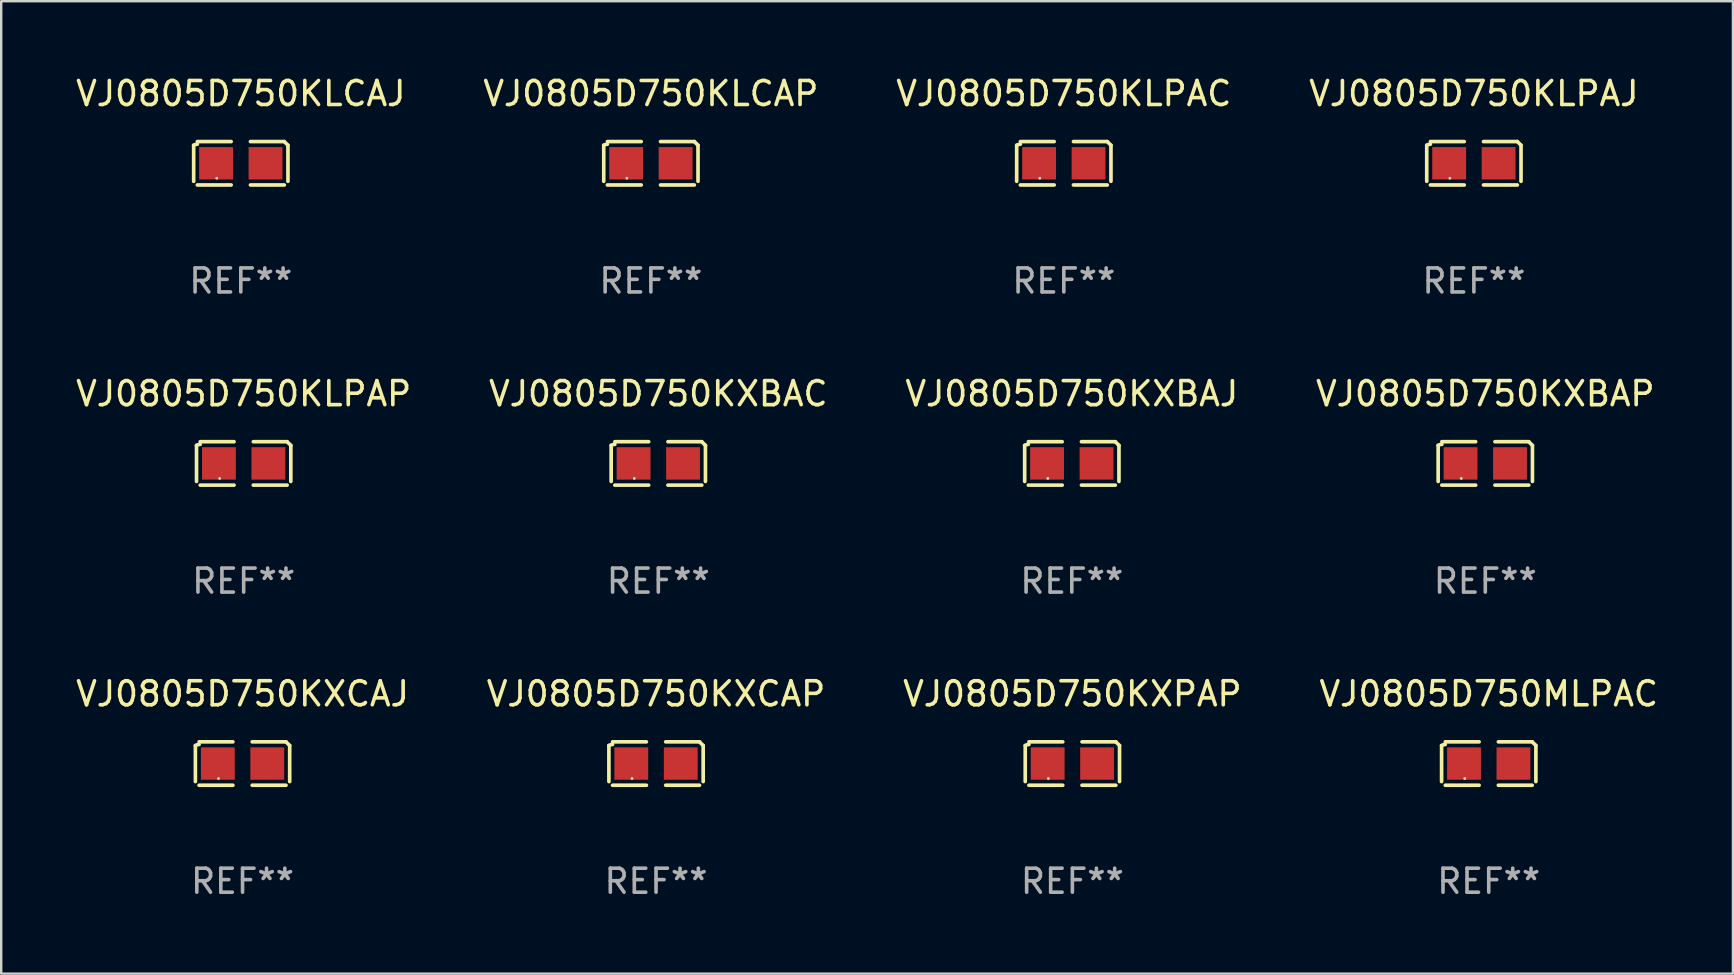
<source format=kicad_pcb>
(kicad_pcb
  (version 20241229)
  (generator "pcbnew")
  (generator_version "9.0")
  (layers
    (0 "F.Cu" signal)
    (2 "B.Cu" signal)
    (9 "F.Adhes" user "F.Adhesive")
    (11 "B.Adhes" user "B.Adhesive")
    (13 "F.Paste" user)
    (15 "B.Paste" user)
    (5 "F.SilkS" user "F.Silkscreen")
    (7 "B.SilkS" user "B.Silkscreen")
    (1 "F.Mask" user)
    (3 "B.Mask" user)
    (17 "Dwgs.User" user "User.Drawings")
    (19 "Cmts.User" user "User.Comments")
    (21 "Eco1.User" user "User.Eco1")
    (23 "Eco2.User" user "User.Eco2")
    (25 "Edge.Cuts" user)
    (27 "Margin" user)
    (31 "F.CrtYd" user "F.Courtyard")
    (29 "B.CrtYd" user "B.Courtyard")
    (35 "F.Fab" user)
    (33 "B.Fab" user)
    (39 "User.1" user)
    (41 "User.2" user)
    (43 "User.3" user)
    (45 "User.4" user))
  (footprint "VJ0805D750KXCAP"
    (layer "F.Cu")
    (at 24.28 28.759)
    (property "Reference" "VJ0805D750KXCAP" (at 0 -2.904 0) (layer "F.SilkS") (effects (font (size 1 1) (thickness 0.15))))
    (attr through_hole)
    (fp_line (start -1.964 0.751) (end -1.964 -0.751) (stroke (width 0.152) (type solid)) (layer "F.SilkS"))
    (fp_line (start -1.811 -0.904) (end -0.401 -0.904) (stroke (width 0.152) (type solid)) (layer "F.SilkS"))
    (fp_line (start -0.401 0.904) (end -1.811 0.904) (stroke (width 0.152) (type solid)) (layer "F.SilkS"))
    (fp_line (start 0.401 0.904) (end 1.811 0.904) (stroke (width 0.152) (type solid)) (layer "F.SilkS"))
    (fp_line (start 1.811 -0.904) (end 0.401 -0.904) (stroke (width 0.152) (type solid)) (layer "F.SilkS"))
    (fp_line (start 1.964 0.751) (end 1.964 -0.751) (stroke (width 0.152) (type solid)) (layer "F.SilkS"))
    (fp_arc (start -1.963602 -0.751207) (mid -1.890354 -0.783131) (end -1.811201 -0.794044) (stroke (width 0.1524) (type solid)) (layer "F.SilkS"))
    (fp_arc (start 1.811202 -0.903607) (mid 1.887413 -0.827418) (end 1.963602 -0.751207) (stroke (width 0.1524) (type solid)) (layer "F.SilkS"))
    (fp_circle (center -1 0.625) (end -0.97 0.625) (stroke (width 0.06) (type solid)) (fill no) (layer "F.SilkS"))
    (fp_text user "REF**" (at 0 4.904 0) (layer "F.Fab") (effects (font (size 1 1) (thickness 0.15))))
    (pad "1" smd rect (at -1.03 0) (size 1.41 1.35) (layers "F.Cu" "F.Mask" "F.Paste"))
    (pad "2" smd rect (at 1.03 0) (size 1.41 1.35) (layers "F.Cu" "F.Mask" "F.Paste")))
  (footprint "VJ0805D750KLCAP"
    (layer "F.Cu")
    (at 24.065 3.752)
    (property "Reference" "VJ0805D750KLCAP" (at 0 -2.904 0) (layer "F.SilkS") (effects (font (size 1 1) (thickness 0.15))))
    (attr through_hole)
    (fp_line (start -1.964 0.751) (end -1.964 -0.751) (stroke (width 0.152) (type solid)) (layer "F.SilkS"))
    (fp_line (start -1.811 -0.904) (end -0.401 -0.904) (stroke (width 0.152) (type solid)) (layer "F.SilkS"))
    (fp_line (start -0.401 0.904) (end -1.811 0.904) (stroke (width 0.152) (type solid)) (layer "F.SilkS"))
    (fp_line (start 0.401 0.904) (end 1.811 0.904) (stroke (width 0.152) (type solid)) (layer "F.SilkS"))
    (fp_line (start 1.811 -0.904) (end 0.401 -0.904) (stroke (width 0.152) (type solid)) (layer "F.SilkS"))
    (fp_line (start 1.964 0.751) (end 1.964 -0.751) (stroke (width 0.152) (type solid)) (layer "F.SilkS"))
    (fp_arc (start -1.963602 -0.751207) (mid -1.890354 -0.783131) (end -1.811201 -0.794044) (stroke (width 0.1524) (type solid)) (layer "F.SilkS"))
    (fp_arc (start 1.811202 -0.903607) (mid 1.887413 -0.827418) (end 1.963602 -0.751207) (stroke (width 0.1524) (type solid)) (layer "F.SilkS"))
    (fp_circle (center -1 0.625) (end -0.97 0.625) (stroke (width 0.06) (type solid)) (fill no) (layer "F.SilkS"))
    (fp_text user "REF**" (at 0 4.904 0) (layer "F.Fab") (effects (font (size 1 1) (thickness 0.15))))
    (pad "1" smd rect (at -1.03 0) (size 1.41 1.35) (layers "F.Cu" "F.Mask" "F.Paste"))
    (pad "2" smd rect (at 1.03 0) (size 1.41 1.35) (layers "F.Cu" "F.Mask" "F.Paste")))
  (footprint "VJ0805D750KLPAP"
    (layer "F.Cu")
    (at 7.101 16.256)
    (property "Reference" "VJ0805D750KLPAP" (at 0 -2.904 0) (layer "F.SilkS") (effects (font (size 1 1) (thickness 0.15))))
    (attr through_hole)
    (fp_line (start -1.964 0.751) (end -1.964 -0.751) (stroke (width 0.152) (type solid)) (layer "F.SilkS"))
    (fp_line (start -1.811 -0.904) (end -0.401 -0.904) (stroke (width 0.152) (type solid)) (layer "F.SilkS"))
    (fp_line (start -0.401 0.904) (end -1.811 0.904) (stroke (width 0.152) (type solid)) (layer "F.SilkS"))
    (fp_line (start 0.401 0.904) (end 1.811 0.904) (stroke (width 0.152) (type solid)) (layer "F.SilkS"))
    (fp_line (start 1.811 -0.904) (end 0.401 -0.904) (stroke (width 0.152) (type solid)) (layer "F.SilkS"))
    (fp_line (start 1.964 0.751) (end 1.964 -0.751) (stroke (width 0.152) (type solid)) (layer "F.SilkS"))
    (fp_arc (start -1.963602 -0.751207) (mid -1.890354 -0.783131) (end -1.811201 -0.794044) (stroke (width 0.1524) (type solid)) (layer "F.SilkS"))
    (fp_arc (start 1.811202 -0.903607) (mid 1.887413 -0.827418) (end 1.963602 -0.751207) (stroke (width 0.1524) (type solid)) (layer "F.SilkS"))
    (fp_circle (center -1 0.625) (end -0.97 0.625) (stroke (width 0.06) (type solid)) (fill no) (layer "F.SilkS"))
    (fp_text user "REF**" (at 0 4.904 0) (layer "F.Fab") (effects (font (size 1 1) (thickness 0.15))))
    (pad "1" smd rect (at -1.03 0) (size 1.41 1.35) (layers "F.Cu" "F.Mask" "F.Paste"))
    (pad "2" smd rect (at 1.03 0) (size 1.41 1.35) (layers "F.Cu" "F.Mask" "F.Paste")))
  (footprint "VJ0805D750MLPAC"
    (layer "F.Cu")
    (at 58.97 28.759)
    (property "Reference" "VJ0805D750MLPAC" (at 0 -2.904 0) (layer "F.SilkS") (effects (font (size 1 1) (thickness 0.15))))
    (attr through_hole)
    (fp_line (start -1.964 0.751) (end -1.964 -0.751) (stroke (width 0.152) (type solid)) (layer "F.SilkS"))
    (fp_line (start -1.811 -0.904) (end -0.401 -0.904) (stroke (width 0.152) (type solid)) (layer "F.SilkS"))
    (fp_line (start -0.401 0.904) (end -1.811 0.904) (stroke (width 0.152) (type solid)) (layer "F.SilkS"))
    (fp_line (start 0.401 0.904) (end 1.811 0.904) (stroke (width 0.152) (type solid)) (layer "F.SilkS"))
    (fp_line (start 1.811 -0.904) (end 0.401 -0.904) (stroke (width 0.152) (type solid)) (layer "F.SilkS"))
    (fp_line (start 1.964 0.751) (end 1.964 -0.751) (stroke (width 0.152) (type solid)) (layer "F.SilkS"))
    (fp_arc (start -1.963602 -0.751207) (mid -1.890354 -0.783131) (end -1.811201 -0.794044) (stroke (width 0.1524) (type solid)) (layer "F.SilkS"))
    (fp_arc (start 1.811202 -0.903607) (mid 1.887413 -0.827418) (end 1.963602 -0.751207) (stroke (width 0.1524) (type solid)) (layer "F.SilkS"))
    (fp_circle (center -1 0.625) (end -0.97 0.625) (stroke (width 0.06) (type solid)) (fill no) (layer "F.SilkS"))
    (fp_text user "REF**" (at 0 4.904 0) (layer "F.Fab") (effects (font (size 1 1) (thickness 0.15))))
    (pad "1" smd rect (at -1.03 0) (size 1.41 1.35) (layers "F.Cu" "F.Mask" "F.Paste"))
    (pad "2" smd rect (at 1.03 0) (size 1.41 1.35) (layers "F.Cu" "F.Mask" "F.Paste")))
  (footprint "VJ0805D750KLPAC"
    (layer "F.Cu")
    (at 41.268 3.752)
    (property "Reference" "VJ0805D750KLPAC" (at 0 -2.904 0) (layer "F.SilkS") (effects (font (size 1 1) (thickness 0.15))))
    (attr through_hole)
    (fp_line (start -1.964 0.751) (end -1.964 -0.751) (stroke (width 0.152) (type solid)) (layer "F.SilkS"))
    (fp_line (start -1.811 -0.904) (end -0.401 -0.904) (stroke (width 0.152) (type solid)) (layer "F.SilkS"))
    (fp_line (start -0.401 0.904) (end -1.811 0.904) (stroke (width 0.152) (type solid)) (layer "F.SilkS"))
    (fp_line (start 0.401 0.904) (end 1.811 0.904) (stroke (width 0.152) (type solid)) (layer "F.SilkS"))
    (fp_line (start 1.811 -0.904) (end 0.401 -0.904) (stroke (width 0.152) (type solid)) (layer "F.SilkS"))
    (fp_line (start 1.964 0.751) (end 1.964 -0.751) (stroke (width 0.152) (type solid)) (layer "F.SilkS"))
    (fp_arc (start -1.963602 -0.751207) (mid -1.890354 -0.783131) (end -1.811201 -0.794044) (stroke (width 0.1524) (type solid)) (layer "F.SilkS"))
    (fp_arc (start 1.811202 -0.903607) (mid 1.887413 -0.827418) (end 1.963602 -0.751207) (stroke (width 0.1524) (type solid)) (layer "F.SilkS"))
    (fp_circle (center -1 0.625) (end -0.97 0.625) (stroke (width 0.06) (type solid)) (fill no) (layer "F.SilkS"))
    (fp_text user "REF**" (at 0 4.904 0) (layer "F.Fab") (effects (font (size 1 1) (thickness 0.15))))
    (pad "1" smd rect (at -1.03 0) (size 1.41 1.35) (layers "F.Cu" "F.Mask" "F.Paste"))
    (pad "2" smd rect (at 1.03 0) (size 1.41 1.35) (layers "F.Cu" "F.Mask" "F.Paste")))
  (footprint "VJ0805D750KXBAC"
    (layer "F.Cu")
    (at 24.375 16.256)
    (property "Reference" "VJ0805D750KXBAC" (at 0 -2.904 0) (layer "F.SilkS") (effects (font (size 1 1) (thickness 0.15))))
    (attr through_hole)
    (fp_line (start -1.964 0.751) (end -1.964 -0.751) (stroke (width 0.152) (type solid)) (layer "F.SilkS"))
    (fp_line (start -1.811 -0.904) (end -0.401 -0.904) (stroke (width 0.152) (type solid)) (layer "F.SilkS"))
    (fp_line (start -0.401 0.904) (end -1.811 0.904) (stroke (width 0.152) (type solid)) (layer "F.SilkS"))
    (fp_line (start 0.401 0.904) (end 1.811 0.904) (stroke (width 0.152) (type solid)) (layer "F.SilkS"))
    (fp_line (start 1.811 -0.904) (end 0.401 -0.904) (stroke (width 0.152) (type solid)) (layer "F.SilkS"))
    (fp_line (start 1.964 0.751) (end 1.964 -0.751) (stroke (width 0.152) (type solid)) (layer "F.SilkS"))
    (fp_arc (start -1.963602 -0.751207) (mid -1.890354 -0.783131) (end -1.811201 -0.794044) (stroke (width 0.1524) (type solid)) (layer "F.SilkS"))
    (fp_arc (start 1.811202 -0.903607) (mid 1.887413 -0.827418) (end 1.963602 -0.751207) (stroke (width 0.1524) (type solid)) (layer "F.SilkS"))
    (fp_circle (center -1 0.625) (end -0.97 0.625) (stroke (width 0.06) (type solid)) (fill no) (layer "F.SilkS"))
    (fp_text user "REF**" (at 0 4.904 0) (layer "F.Fab") (effects (font (size 1 1) (thickness 0.15))))
    (pad "1" smd rect (at -1.03 0) (size 1.41 1.35) (layers "F.Cu" "F.Mask" "F.Paste"))
    (pad "2" smd rect (at 1.03 0) (size 1.41 1.35) (layers "F.Cu" "F.Mask" "F.Paste")))
  (footprint "VJ0805D750KXCAJ"
    (layer "F.Cu")
    (at 7.054 28.759)
    (property "Reference" "VJ0805D750KXCAJ" (at 0 -2.904 0) (layer "F.SilkS") (effects (font (size 1 1) (thickness 0.15))))
    (attr through_hole)
    (fp_line (start -1.964 0.751) (end -1.964 -0.751) (stroke (width 0.152) (type solid)) (layer "F.SilkS"))
    (fp_line (start -1.811 -0.904) (end -0.401 -0.904) (stroke (width 0.152) (type solid)) (layer "F.SilkS"))
    (fp_line (start -0.401 0.904) (end -1.811 0.904) (stroke (width 0.152) (type solid)) (layer "F.SilkS"))
    (fp_line (start 0.401 0.904) (end 1.811 0.904) (stroke (width 0.152) (type solid)) (layer "F.SilkS"))
    (fp_line (start 1.811 -0.904) (end 0.401 -0.904) (stroke (width 0.152) (type solid)) (layer "F.SilkS"))
    (fp_line (start 1.964 0.751) (end 1.964 -0.751) (stroke (width 0.152) (type solid)) (layer "F.SilkS"))
    (fp_arc (start -1.963602 -0.751207) (mid -1.890354 -0.783131) (end -1.811201 -0.794044) (stroke (width 0.1524) (type solid)) (layer "F.SilkS"))
    (fp_arc (start 1.811202 -0.903607) (mid 1.887413 -0.827418) (end 1.963602 -0.751207) (stroke (width 0.1524) (type solid)) (layer "F.SilkS"))
    (fp_circle (center -1 0.625) (end -0.97 0.625) (stroke (width 0.06) (type solid)) (fill no) (layer "F.SilkS"))
    (fp_text user "REF**" (at 0 4.904 0) (layer "F.Fab") (effects (font (size 1 1) (thickness 0.15))))
    (pad "1" smd rect (at -1.03 0) (size 1.41 1.35) (layers "F.Cu" "F.Mask" "F.Paste"))
    (pad "2" smd rect (at 1.03 0) (size 1.41 1.35) (layers "F.Cu" "F.Mask" "F.Paste")))
  (footprint "VJ0805D750KLCAJ"
    (layer "F.Cu")
    (at 6.982 3.752)
    (property "Reference" "VJ0805D750KLCAJ" (at 0 -2.904 0) (layer "F.SilkS") (effects (font (size 1 1) (thickness 0.15))))
    (attr through_hole)
    (fp_line (start -1.964 0.751) (end -1.964 -0.751) (stroke (width 0.152) (type solid)) (layer "F.SilkS"))
    (fp_line (start -1.811 -0.904) (end -0.401 -0.904) (stroke (width 0.152) (type solid)) (layer "F.SilkS"))
    (fp_line (start -0.401 0.904) (end -1.811 0.904) (stroke (width 0.152) (type solid)) (layer "F.SilkS"))
    (fp_line (start 0.401 0.904) (end 1.811 0.904) (stroke (width 0.152) (type solid)) (layer "F.SilkS"))
    (fp_line (start 1.811 -0.904) (end 0.401 -0.904) (stroke (width 0.152) (type solid)) (layer "F.SilkS"))
    (fp_line (start 1.964 0.751) (end 1.964 -0.751) (stroke (width 0.152) (type solid)) (layer "F.SilkS"))
    (fp_arc (start -1.963602 -0.751207) (mid -1.890354 -0.783131) (end -1.811201 -0.794044) (stroke (width 0.1524) (type solid)) (layer "F.SilkS"))
    (fp_arc (start 1.811202 -0.903607) (mid 1.887413 -0.827418) (end 1.963602 -0.751207) (stroke (width 0.1524) (type solid)) (layer "F.SilkS"))
    (fp_circle (center -1 0.625) (end -0.97 0.625) (stroke (width 0.06) (type solid)) (fill no) (layer "F.SilkS"))
    (fp_text user "REF**" (at 0 4.904 0) (layer "F.Fab") (effects (font (size 1 1) (thickness 0.15))))
    (pad "1" smd rect (at -1.03 0) (size 1.41 1.35) (layers "F.Cu" "F.Mask" "F.Paste"))
    (pad "2" smd rect (at 1.03 0) (size 1.41 1.35) (layers "F.Cu" "F.Mask" "F.Paste")))
  (footprint "VJ0805D750KLPAJ"
    (layer "F.Cu")
    (at 58.351 3.752)
    (property "Reference" "VJ0805D750KLPAJ" (at 0 -2.904 0) (layer "F.SilkS") (effects (font (size 1 1) (thickness 0.15))))
    (attr through_hole)
    (fp_line (start -1.964 0.751) (end -1.964 -0.751) (stroke (width 0.152) (type solid)) (layer "F.SilkS"))
    (fp_line (start -1.811 -0.904) (end -0.401 -0.904) (stroke (width 0.152) (type solid)) (layer "F.SilkS"))
    (fp_line (start -0.401 0.904) (end -1.811 0.904) (stroke (width 0.152) (type solid)) (layer "F.SilkS"))
    (fp_line (start 0.401 0.904) (end 1.811 0.904) (stroke (width 0.152) (type solid)) (layer "F.SilkS"))
    (fp_line (start 1.811 -0.904) (end 0.401 -0.904) (stroke (width 0.152) (type solid)) (layer "F.SilkS"))
    (fp_line (start 1.964 0.751) (end 1.964 -0.751) (stroke (width 0.152) (type solid)) (layer "F.SilkS"))
    (fp_arc (start -1.963602 -0.751207) (mid -1.890354 -0.783131) (end -1.811201 -0.794044) (stroke (width 0.1524) (type solid)) (layer "F.SilkS"))
    (fp_arc (start 1.811202 -0.903607) (mid 1.887413 -0.827418) (end 1.963602 -0.751207) (stroke (width 0.1524) (type solid)) (layer "F.SilkS"))
    (fp_circle (center -1 0.625) (end -0.97 0.625) (stroke (width 0.06) (type solid)) (fill no) (layer "F.SilkS"))
    (fp_text user "REF**" (at 0 4.904 0) (layer "F.Fab") (effects (font (size 1 1) (thickness 0.15))))
    (pad "1" smd rect (at -1.03 0) (size 1.41 1.35) (layers "F.Cu" "F.Mask" "F.Paste"))
    (pad "2" smd rect (at 1.03 0) (size 1.41 1.35) (layers "F.Cu" "F.Mask" "F.Paste")))
  (footprint "VJ0805D750KXPAP"
    (layer "F.Cu")
    (at 41.625 28.759)
    (property "Reference" "VJ0805D750KXPAP" (at 0 -2.904 0) (layer "F.SilkS") (effects (font (size 1 1) (thickness 0.15))))
    (attr through_hole)
    (fp_line (start -1.964 0.751) (end -1.964 -0.751) (stroke (width 0.152) (type solid)) (layer "F.SilkS"))
    (fp_line (start -1.811 -0.904) (end -0.401 -0.904) (stroke (width 0.152) (type solid)) (layer "F.SilkS"))
    (fp_line (start -0.401 0.904) (end -1.811 0.904) (stroke (width 0.152) (type solid)) (layer "F.SilkS"))
    (fp_line (start 0.401 0.904) (end 1.811 0.904) (stroke (width 0.152) (type solid)) (layer "F.SilkS"))
    (fp_line (start 1.811 -0.904) (end 0.401 -0.904) (stroke (width 0.152) (type solid)) (layer "F.SilkS"))
    (fp_line (start 1.964 0.751) (end 1.964 -0.751) (stroke (width 0.152) (type solid)) (layer "F.SilkS"))
    (fp_arc (start -1.963602 -0.751207) (mid -1.890354 -0.783131) (end -1.811201 -0.794044) (stroke (width 0.1524) (type solid)) (layer "F.SilkS"))
    (fp_arc (start 1.811202 -0.903607) (mid 1.887413 -0.827418) (end 1.963602 -0.751207) (stroke (width 0.1524) (type solid)) (layer "F.SilkS"))
    (fp_circle (center -1 0.625) (end -0.97 0.625) (stroke (width 0.06) (type solid)) (fill no) (layer "F.SilkS"))
    (fp_text user "REF**" (at 0 4.904 0) (layer "F.Fab") (effects (font (size 1 1) (thickness 0.15))))
    (pad "1" smd rect (at -1.03 0) (size 1.41 1.35) (layers "F.Cu" "F.Mask" "F.Paste"))
    (pad "2" smd rect (at 1.03 0) (size 1.41 1.35) (layers "F.Cu" "F.Mask" "F.Paste")))
  (footprint "VJ0805D750KXBAJ"
    (layer "F.Cu")
    (at 41.601 16.256)
    (property "Reference" "VJ0805D750KXBAJ" (at 0 -2.904 0) (layer "F.SilkS") (effects (font (size 1 1) (thickness 0.15))))
    (attr through_hole)
    (fp_line (start -1.964 0.751) (end -1.964 -0.751) (stroke (width 0.152) (type solid)) (layer "F.SilkS"))
    (fp_line (start -1.811 -0.904) (end -0.401 -0.904) (stroke (width 0.152) (type solid)) (layer "F.SilkS"))
    (fp_line (start -0.401 0.904) (end -1.811 0.904) (stroke (width 0.152) (type solid)) (layer "F.SilkS"))
    (fp_line (start 0.401 0.904) (end 1.811 0.904) (stroke (width 0.152) (type solid)) (layer "F.SilkS"))
    (fp_line (start 1.811 -0.904) (end 0.401 -0.904) (stroke (width 0.152) (type solid)) (layer "F.SilkS"))
    (fp_line (start 1.964 0.751) (end 1.964 -0.751) (stroke (width 0.152) (type solid)) (layer "F.SilkS"))
    (fp_arc (start -1.963602 -0.751207) (mid -1.890354 -0.783131) (end -1.811201 -0.794044) (stroke (width 0.1524) (type solid)) (layer "F.SilkS"))
    (fp_arc (start 1.811202 -0.903607) (mid 1.887413 -0.827418) (end 1.963602 -0.751207) (stroke (width 0.1524) (type solid)) (layer "F.SilkS"))
    (fp_circle (center -1 0.625) (end -0.97 0.625) (stroke (width 0.06) (type solid)) (fill no) (layer "F.SilkS"))
    (fp_text user "REF**" (at 0 4.904 0) (layer "F.Fab") (effects (font (size 1 1) (thickness 0.15))))
    (pad "1" smd rect (at -1.03 0) (size 1.41 1.35) (layers "F.Cu" "F.Mask" "F.Paste"))
    (pad "2" smd rect (at 1.03 0) (size 1.41 1.35) (layers "F.Cu" "F.Mask" "F.Paste")))
  (footprint "VJ0805D750KXBAP"
    (layer "F.Cu")
    (at 58.827 16.256)
    (property "Reference" "VJ0805D750KXBAP" (at 0 -2.904 0) (layer "F.SilkS") (effects (font (size 1 1) (thickness 0.15))))
    (attr through_hole)
    (fp_line (start -1.964 0.751) (end -1.964 -0.751) (stroke (width 0.152) (type solid)) (layer "F.SilkS"))
    (fp_line (start -1.811 -0.904) (end -0.401 -0.904) (stroke (width 0.152) (type solid)) (layer "F.SilkS"))
    (fp_line (start -0.401 0.904) (end -1.811 0.904) (stroke (width 0.152) (type solid)) (layer "F.SilkS"))
    (fp_line (start 0.401 0.904) (end 1.811 0.904) (stroke (width 0.152) (type solid)) (layer "F.SilkS"))
    (fp_line (start 1.811 -0.904) (end 0.401 -0.904) (stroke (width 0.152) (type solid)) (layer "F.SilkS"))
    (fp_line (start 1.964 0.751) (end 1.964 -0.751) (stroke (width 0.152) (type solid)) (layer "F.SilkS"))
    (fp_arc (start -1.963602 -0.751207) (mid -1.890354 -0.783131) (end -1.811201 -0.794044) (stroke (width 0.1524) (type solid)) (layer "F.SilkS"))
    (fp_arc (start 1.811202 -0.903607) (mid 1.887413 -0.827418) (end 1.963602 -0.751207) (stroke (width 0.1524) (type solid)) (layer "F.SilkS"))
    (fp_circle (center -1 0.625) (end -0.97 0.625) (stroke (width 0.06) (type solid)) (fill no) (layer "F.SilkS"))
    (fp_text user "REF**" (at 0 4.904 0) (layer "F.Fab") (effects (font (size 1 1) (thickness 0.15))))
    (pad "1" smd rect (at -1.03 0) (size 1.41 1.35) (layers "F.Cu" "F.Mask" "F.Paste"))
    (pad "2" smd rect (at 1.03 0) (size 1.41 1.35) (layers "F.Cu" "F.Mask" "F.Paste")))
  (gr_rect
    (start -3 -3)
    (end 69.143 37.511)
    (stroke (width 0.1) (type default))
    (fill no)
    (layer "Edge.Cuts")))
</source>
